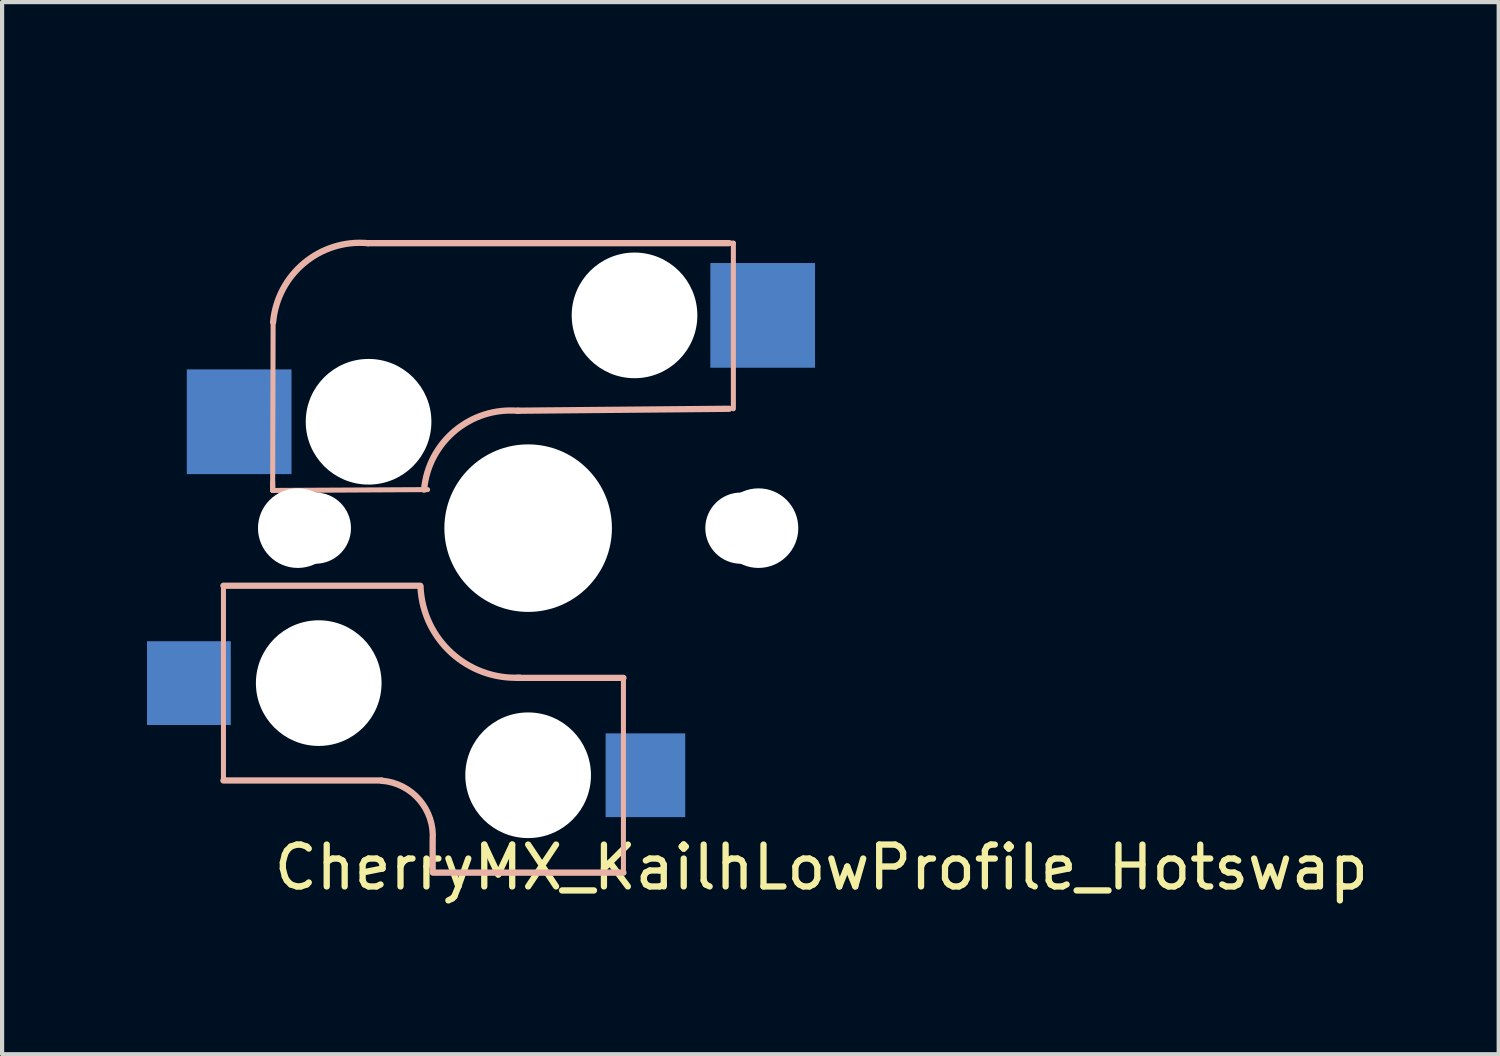
<source format=kicad_pcb>
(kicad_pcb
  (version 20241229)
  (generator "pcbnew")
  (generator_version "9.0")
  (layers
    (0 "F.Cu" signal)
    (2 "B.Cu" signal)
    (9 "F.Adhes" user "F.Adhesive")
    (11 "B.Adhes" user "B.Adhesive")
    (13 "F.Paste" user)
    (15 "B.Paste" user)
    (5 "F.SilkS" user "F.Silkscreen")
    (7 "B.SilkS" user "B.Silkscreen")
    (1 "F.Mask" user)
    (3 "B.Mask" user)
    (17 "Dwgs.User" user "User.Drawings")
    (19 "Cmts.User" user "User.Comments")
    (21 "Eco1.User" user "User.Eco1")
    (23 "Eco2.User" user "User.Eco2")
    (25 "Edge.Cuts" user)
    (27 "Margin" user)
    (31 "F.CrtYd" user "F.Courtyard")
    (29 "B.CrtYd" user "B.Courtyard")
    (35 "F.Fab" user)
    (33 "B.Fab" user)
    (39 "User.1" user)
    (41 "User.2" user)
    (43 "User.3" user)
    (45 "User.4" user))
  (footprint "CherryMX_KailhLowProfile_Hotswap"
    (layer "F.Cu")
    (at 9.56 9.56)
    (property "Reference" "CherryMX_KailhLowProfile_Hotswap" (at 7 8.1 0) (layer "F.SilkS") (effects (font (size 1 1) (thickness 0.15))))
    (attr smd)
    (fp_line (start -7.275 1.375) (end -7.275 6.025) (stroke (width 0.12) (type solid)) (layer "B.SilkS"))
    (fp_line (start -6.1 -1) (end -6.1 -0.9) (stroke (width 0.12) (type solid)) (layer "B.SilkS"))
    (fp_line (start -6.1 -0.9) (end -6.1 -1.1) (stroke (width 0.12) (type solid)) (layer "B.SilkS"))
    (fp_line (start -6.1 -0.9) (end -2.4 -0.92) (stroke (width 0.12) (type solid)) (layer "B.SilkS"))
    (fp_line (start -6.089 -4.92) (end -6.1 -1) (stroke (width 0.12) (type solid)) (layer "B.SilkS"))
    (fp_line (start -3.5 6.025) (end -7.275 6.025) (stroke (width 0.15) (type solid)) (layer "B.SilkS"))
    (fp_line (start -2.575 1.375) (end -7.275 1.375) (stroke (width 0.15) (type solid)) (layer "B.SilkS"))
    (fp_line (start -2.28 7.5) (end -2.28 8.2) (stroke (width 0.15) (type solid)) (layer "B.SilkS"))
    (fp_line (start 2.275 3.575) (end -0.275 3.575) (stroke (width 0.15) (type solid)) (layer "B.SilkS"))
    (fp_line (start 2.275 3.575) (end 2.275 8.225) (stroke (width 0.12) (type solid)) (layer "B.SilkS"))
    (fp_line (start 2.275 8.225) (end -2.275 8.225) (stroke (width 0.15) (type solid)) (layer "B.SilkS"))
    (fp_line (start 4.8 -6.804) (end -3.825 -6.804) (stroke (width 0.15) (type solid)) (layer "B.SilkS"))
    (fp_line (start 4.8 -2.85) (end -0.25 -2.804) (stroke (width 0.15) (type solid)) (layer "B.SilkS"))
    (fp_line (start 4.9 -6.804) (end 4.8 -6.804) (stroke (width 0.12) (type solid)) (layer "B.SilkS"))
    (fp_line (start 4.9 -2.85) (end 4.9 -6.804) (stroke (width 0.12) (type solid)) (layer "B.SilkS"))
    (fp_arc (start -6.089 -4.92) (mid -5.347189 -6.33089) (end -3.825 -6.804) (stroke (width 0.15) (type solid)) (layer "B.SilkS"))
    (fp_arc (start -3.5 6.03) (mid -2.595908 6.48733) (end -2.28 7.45) (stroke (width 0.15) (type solid)) (layer "B.SilkS"))
    (fp_arc (start -2.485 -0.92) (mid -1.744361 -2.328061) (end -0.225 -2.8) (stroke (width 0.15) (type solid)) (layer "B.SilkS"))
    (fp_arc (start -0.2 3.57) (mid -1.834422 2.975843) (end -2.57 1.4) (stroke (width 0.15) (type solid)) (layer "B.SilkS"))
    (fp_line (start -7 -7) (end 7 -7) (stroke (width 0.15) (type solid)) (layer "Eco2.User"))
    (fp_line (start -7 7) (end -7 -7) (stroke (width 0.15) (type solid)) (layer "Eco2.User"))
    (fp_line (start 7 -7) (end 7 7) (stroke (width 0.15) (type solid)) (layer "Eco2.User"))
    (fp_line (start 7 7) (end -7 7) (stroke (width 0.15) (type solid)) (layer "Eco2.User"))
    (fp_line (start -9.5 -9.5) (end 9.5 -9.5) (stroke (width 0.12) (type solid)) (layer "User.1"))
    (fp_line (start -9.5 9.5) (end -9.5 -9.5) (stroke (width 0.12) (type solid)) (layer "User.1"))
    (fp_line (start 9.5 -9.5) (end 9.5 9.5) (stroke (width 0.12) (type solid)) (layer "User.1"))
    (fp_line (start 9.5 9.5) (end -9.5 9.5) (stroke (width 0.12) (type solid)) (layer "User.1"))
    (pad "" np_thru_hole circle (at -5.5 0 90) (size 1.9 1.9) (drill 1.9) (layers "*.Cu" "*.Mask"))
    (pad "" np_thru_hole circle (at -5.08 0) (size 1.7 1.7) (drill 1.7) (layers "*.Cu" "*.Mask"))
    (pad "" np_thru_hole circle (at -5 3.7 90) (size 3 3) (drill 3) (layers "*.Cu" "*.Mask"))
    (pad "" np_thru_hole circle (at -3.825 -2.58 180) (size 0.1 0.1) (drill 0.1) (layers "*.Cu" "*.Mask"))
    (pad "" np_thru_hole circle (at -3.81 -2.54 180) (size 3 3) (drill 3) (layers "*.Cu" "*.Mask"))
    (pad "" np_thru_hole circle (at 0 0 90) (size 4 4) (drill 4) (layers "*.Cu" "*.Mask"))
    (pad "" np_thru_hole circle (at 0 5.9 90) (size 3 3) (drill 3) (layers "*.Cu" "*.Mask"))
    (pad "" np_thru_hole circle (at 2.54 -5.08 180) (size 3 3) (drill 3) (layers "*.Cu" "*.Mask"))
    (pad "" np_thru_hole circle (at 5.08 0) (size 1.7 1.7) (drill 1.7) (layers "*.Cu" "*.Mask"))
    (pad "" np_thru_hole circle (at 5.5 0 90) (size 1.9 1.9) (drill 1.9) (layers "*.Cu" "*.Mask"))
    (pad "1" smd rect (at -8.1 3.7 180) (size 2 2) (layers "B.Cu" "B.Mask" "B.Paste"))
    (pad "1" smd rect (at -6.9 -2.54 180) (size 2.5 2.5) (layers "B.Cu" "B.Mask" "B.Paste"))
    (pad "2" smd rect (at 2.8 5.9 180) (size 1.9 2) (layers "B.Cu" "B.Mask" "B.Paste"))
    (pad "2" smd rect (at 5.6 -5.08 180) (size 2.5 2.5) (layers "B.Cu" "B.Mask" "B.Paste")))
  (gr_rect
    (start -3 -3)
    (end 32.733 22.12)
    (stroke (width 0.1) (type default))
    (fill no)
    (layer "Edge.Cuts")))
</source>
